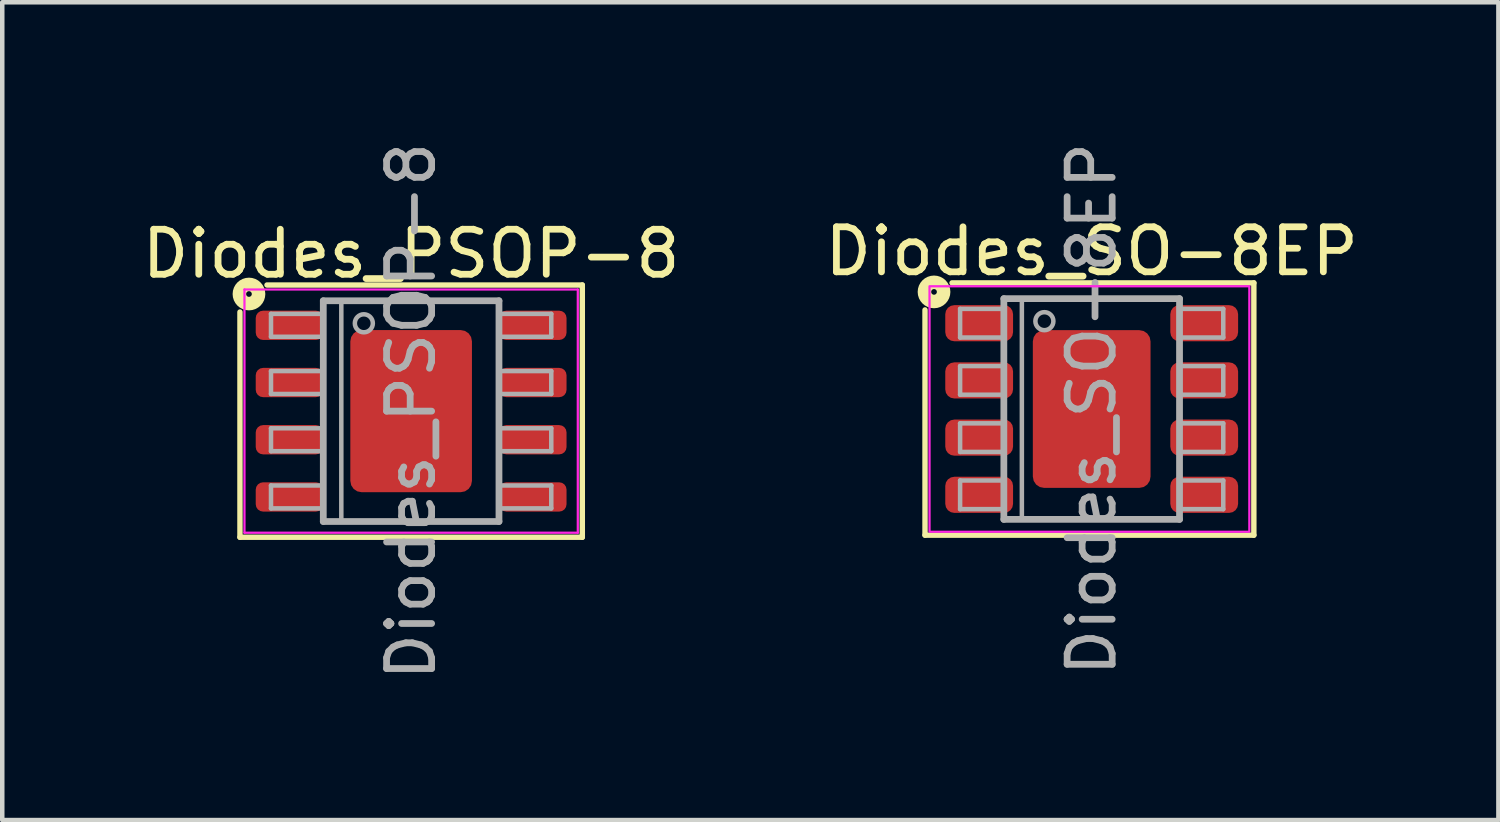
<source format=kicad_pcb>
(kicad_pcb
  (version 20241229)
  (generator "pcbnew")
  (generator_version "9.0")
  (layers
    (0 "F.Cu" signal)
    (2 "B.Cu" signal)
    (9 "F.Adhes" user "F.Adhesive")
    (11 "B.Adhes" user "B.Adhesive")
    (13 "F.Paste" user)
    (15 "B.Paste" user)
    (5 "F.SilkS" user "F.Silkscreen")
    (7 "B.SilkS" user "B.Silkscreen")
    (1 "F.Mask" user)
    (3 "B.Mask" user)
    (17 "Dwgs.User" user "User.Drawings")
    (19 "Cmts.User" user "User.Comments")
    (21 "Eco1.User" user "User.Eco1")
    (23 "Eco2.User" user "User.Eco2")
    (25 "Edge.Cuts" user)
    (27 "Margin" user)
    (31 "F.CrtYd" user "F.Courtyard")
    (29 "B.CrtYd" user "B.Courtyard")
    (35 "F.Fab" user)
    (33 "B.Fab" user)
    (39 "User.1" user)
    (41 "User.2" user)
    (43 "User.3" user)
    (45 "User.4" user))
  (footprint "Diodes_PSOP-8"
    (layer "F.Cu")
    (at 6.077 6.077)
    (property "Reference" "Diodes_PSOP-8" (at 0 -3.493 0) (layer "F.SilkS") (effects (font (size 1 1) (thickness 0.15))))
    (attr smd)
    (fp_line (start -3.8 -2.2) (end -3.8 2.8) (stroke (width 0.12) (type solid)) (layer "F.SilkS"))
    (fp_line (start -3.8 2.8) (end 3.8 2.8) (stroke (width 0.12) (type solid)) (layer "F.SilkS"))
    (fp_line (start 3.8 -2.8) (end -3.2 -2.8) (stroke (width 0.12) (type solid)) (layer "F.SilkS"))
    (fp_line (start 3.8 2.8) (end 3.8 -2.8) (stroke (width 0.12) (type solid)) (layer "F.SilkS"))
    (fp_circle (center -3.6 -2.6) (end -3.537 -2.6) (stroke (width 0.3) (type solid)) (fill no) (layer "F.SilkS"))
    (fp_line (start -3.7 -2.7) (end -3.7 2.7) (stroke (width 0.05) (type solid)) (layer "F.CrtYd"))
    (fp_line (start -3.7 -2.7) (end 3.7 -2.7) (stroke (width 0.05) (type solid)) (layer "F.CrtYd"))
    (fp_line (start -3.7 2.7) (end 3.7 2.7) (stroke (width 0.05) (type solid)) (layer "F.CrtYd"))
    (fp_line (start 3.7 -2.7) (end 3.7 2.7) (stroke (width 0.05) (type solid)) (layer "F.CrtYd"))
    (fp_line (start -3.111 -2.159) (end -3.111 -1.651) (stroke (width 0.1) (type solid)) (layer "F.Fab"))
    (fp_line (start -3.111 -2.159) (end -1.968 -2.159) (stroke (width 0.1) (type solid)) (layer "F.Fab"))
    (fp_line (start -3.111 -1.651) (end -1.968 -1.651) (stroke (width 0.1) (type solid)) (layer "F.Fab"))
    (fp_line (start -3.111 -0.889) (end -3.111 -0.381) (stroke (width 0.1) (type solid)) (layer "F.Fab"))
    (fp_line (start -3.111 -0.889) (end -1.968 -0.889) (stroke (width 0.1) (type solid)) (layer "F.Fab"))
    (fp_line (start -3.111 -0.381) (end -1.968 -0.381) (stroke (width 0.1) (type solid)) (layer "F.Fab"))
    (fp_line (start -3.111 0.381) (end -3.111 0.889) (stroke (width 0.1) (type solid)) (layer "F.Fab"))
    (fp_line (start -3.111 0.381) (end -1.968 0.381) (stroke (width 0.1) (type solid)) (layer "F.Fab"))
    (fp_line (start -3.111 0.889) (end -1.968 0.889) (stroke (width 0.1) (type solid)) (layer "F.Fab"))
    (fp_line (start -3.111 1.651) (end -3.111 2.159) (stroke (width 0.1) (type solid)) (layer "F.Fab"))
    (fp_line (start -3.111 1.651) (end -1.968 1.651) (stroke (width 0.1) (type solid)) (layer "F.Fab"))
    (fp_line (start -3.111 2.159) (end -1.968 2.159) (stroke (width 0.1) (type solid)) (layer "F.Fab"))
    (fp_line (start -1.95 -2.45) (end 1.95 -2.45) (stroke (width 0.15) (type solid)) (layer "F.Fab"))
    (fp_line (start -1.95 2.45) (end -1.95 -2.45) (stroke (width 0.15) (type solid)) (layer "F.Fab"))
    (fp_line (start -1.55 -2.45) (end -1.55 2.45) (stroke (width 0.1) (type solid)) (layer "F.Fab"))
    (fp_line (start 1.95 -2.45) (end 1.95 2.45) (stroke (width 0.15) (type solid)) (layer "F.Fab"))
    (fp_line (start 1.95 2.45) (end -1.95 2.45) (stroke (width 0.15) (type solid)) (layer "F.Fab"))
    (fp_line (start 3.111 -2.159) (end 1.968 -2.159) (stroke (width 0.1) (type solid)) (layer "F.Fab"))
    (fp_line (start 3.111 -1.651) (end 1.968 -1.651) (stroke (width 0.1) (type solid)) (layer "F.Fab"))
    (fp_line (start 3.111 -1.651) (end 3.111 -2.159) (stroke (width 0.1) (type solid)) (layer "F.Fab"))
    (fp_line (start 3.111 -0.889) (end 1.968 -0.889) (stroke (width 0.1) (type solid)) (layer "F.Fab"))
    (fp_line (start 3.111 -0.381) (end 1.968 -0.381) (stroke (width 0.1) (type solid)) (layer "F.Fab"))
    (fp_line (start 3.111 -0.381) (end 3.111 -0.889) (stroke (width 0.1) (type solid)) (layer "F.Fab"))
    (fp_line (start 3.111 0.381) (end 1.968 0.381) (stroke (width 0.1) (type solid)) (layer "F.Fab"))
    (fp_line (start 3.111 0.889) (end 1.968 0.889) (stroke (width 0.1) (type solid)) (layer "F.Fab"))
    (fp_line (start 3.111 0.889) (end 3.111 0.381) (stroke (width 0.1) (type solid)) (layer "F.Fab"))
    (fp_line (start 3.111 1.651) (end 1.968 1.651) (stroke (width 0.1) (type solid)) (layer "F.Fab"))
    (fp_line (start 3.111 2.159) (end 1.968 2.159) (stroke (width 0.1) (type solid)) (layer "F.Fab"))
    (fp_line (start 3.111 2.159) (end 3.111 1.651) (stroke (width 0.1) (type solid)) (layer "F.Fab"))
    (fp_circle (center -1.05 -1.95) (end -0.85 -1.95) (stroke (width 0.1) (type solid)) (fill no) (layer "F.Fab"))
    (fp_text user "${REFERENCE}" (at 0 0 90) (layer "F.Fab") (effects (font (size 1 1) (thickness 0.15))))
    (pad "" smd roundrect (at -0.7 -0.9 90) (size 1.5 1.05) (layers "F.Paste") (roundrect_rratio 0.093))
    (pad "" smd roundrect (at -0.7 0.9 90) (size 1.5 1.05) (layers "F.Paste") (roundrect_rratio 0.093))
    (pad "" smd roundrect (at 0.7 -0.9 90) (size 1.5 1.05) (layers "F.Paste") (roundrect_rratio 0.093))
    (pad "" smd roundrect (at 0.7 0.9 90) (size 1.5 1.05) (layers "F.Paste") (roundrect_rratio 0.093))
    (pad "1" smd roundrect (at -2.7 -1.905) (size 1.5 0.65) (layers "F.Cu" "F.Mask" "F.Paste") (roundrect_rratio 0.25))
    (pad "2" smd roundrect (at -2.7 -0.635) (size 1.5 0.65) (layers "F.Cu" "F.Mask" "F.Paste") (roundrect_rratio 0.25))
    (pad "3" smd roundrect (at -2.7 0.635) (size 1.5 0.65) (layers "F.Cu" "F.Mask" "F.Paste") (roundrect_rratio 0.25))
    (pad "4" smd roundrect (at -2.7 1.905) (size 1.5 0.65) (layers "F.Cu" "F.Mask" "F.Paste") (roundrect_rratio 0.25))
    (pad "5" smd roundrect (at 2.7 1.905) (size 1.5 0.65) (layers "F.Cu" "F.Mask" "F.Paste") (roundrect_rratio 0.25))
    (pad "6" smd roundrect (at 2.7 0.635) (size 1.5 0.65) (layers "F.Cu" "F.Mask" "F.Paste") (roundrect_rratio 0.25))
    (pad "7" smd roundrect (at 2.7 -0.635) (size 1.5 0.65) (layers "F.Cu" "F.Mask" "F.Paste") (roundrect_rratio 0.25))
    (pad "8" smd roundrect (at 2.7 -1.905) (size 1.5 0.65) (layers "F.Cu" "F.Mask" "F.Paste") (roundrect_rratio 0.25))
    (pad "9" smd roundrect (at 0 0 90) (size 3.6 2.7) (layers "F.Cu" "F.Mask") (roundrect_rratio 0.093)))
  (footprint "Diodes_SO-8EP"
    (layer "F.Cu")
    (at 21.185 6.03)
    (property "Reference" "Diodes_SO-8EP" (at 0 -3.5 0) (layer "F.SilkS") (effects (font (size 1 1) (thickness 0.15))))
    (attr smd)
    (fp_line (start -3.7 2.8) (end -3.7 -2.2) (stroke (width 0.12) (type solid)) (layer "F.SilkS"))
    (fp_line (start -3.1 -2.8) (end 3.6 -2.8) (stroke (width 0.12) (type solid)) (layer "F.SilkS"))
    (fp_line (start 3.6 -2.8) (end 3.6 2.8) (stroke (width 0.12) (type solid)) (layer "F.SilkS"))
    (fp_line (start 3.6 2.8) (end -3.7 2.8) (stroke (width 0.12) (type solid)) (layer "F.SilkS"))
    (fp_circle (center -3.5 -2.6) (end -3.437 -2.6) (stroke (width 0.3) (type solid)) (fill no) (layer "F.SilkS"))
    (fp_rect (start -3.6 -2.725) (end 3.5 2.725) (stroke (width 0.05) (type solid)) (fill no) (layer "F.CrtYd"))
    (fp_line (start -2.921 -2.223) (end -2.921 -1.587) (stroke (width 0.1) (type solid)) (layer "F.Fab"))
    (fp_line (start -2.921 -2.223) (end -1.968 -2.223) (stroke (width 0.1) (type solid)) (layer "F.Fab"))
    (fp_line (start -2.921 -1.587) (end -1.968 -1.587) (stroke (width 0.1) (type solid)) (layer "F.Fab"))
    (fp_line (start -2.921 -0.953) (end -2.921 -0.318) (stroke (width 0.1) (type solid)) (layer "F.Fab"))
    (fp_line (start -2.921 -0.953) (end -1.968 -0.953) (stroke (width 0.1) (type solid)) (layer "F.Fab"))
    (fp_line (start -2.921 -0.318) (end -1.968 -0.318) (stroke (width 0.1) (type solid)) (layer "F.Fab"))
    (fp_line (start -2.921 0.318) (end -2.921 0.953) (stroke (width 0.1) (type solid)) (layer "F.Fab"))
    (fp_line (start -2.921 0.318) (end -1.968 0.318) (stroke (width 0.1) (type solid)) (layer "F.Fab"))
    (fp_line (start -2.921 0.953) (end -1.968 0.953) (stroke (width 0.1) (type solid)) (layer "F.Fab"))
    (fp_line (start -2.921 1.587) (end -2.921 2.223) (stroke (width 0.1) (type solid)) (layer "F.Fab"))
    (fp_line (start -2.921 1.587) (end -1.968 1.587) (stroke (width 0.1) (type solid)) (layer "F.Fab"))
    (fp_line (start -2.921 2.223) (end -1.968 2.223) (stroke (width 0.1) (type solid)) (layer "F.Fab"))
    (fp_line (start -1.95 -2.45) (end 1.95 -2.45) (stroke (width 0.15) (type solid)) (layer "F.Fab"))
    (fp_line (start -1.95 2.45) (end -1.95 -2.45) (stroke (width 0.15) (type solid)) (layer "F.Fab"))
    (fp_line (start -1.55 -2.45) (end -1.55 2.45) (stroke (width 0.1) (type solid)) (layer "F.Fab"))
    (fp_line (start 1.95 -2.45) (end 1.95 2.45) (stroke (width 0.15) (type solid)) (layer "F.Fab"))
    (fp_line (start 1.95 2.45) (end -1.95 2.45) (stroke (width 0.15) (type solid)) (layer "F.Fab"))
    (fp_line (start 2.921 -2.223) (end 1.968 -2.223) (stroke (width 0.1) (type solid)) (layer "F.Fab"))
    (fp_line (start 2.921 -1.587) (end 1.968 -1.587) (stroke (width 0.1) (type solid)) (layer "F.Fab"))
    (fp_line (start 2.921 -1.587) (end 2.921 -2.223) (stroke (width 0.1) (type solid)) (layer "F.Fab"))
    (fp_line (start 2.921 -0.953) (end 1.968 -0.953) (stroke (width 0.1) (type solid)) (layer "F.Fab"))
    (fp_line (start 2.921 -0.318) (end 1.968 -0.318) (stroke (width 0.1) (type solid)) (layer "F.Fab"))
    (fp_line (start 2.921 -0.318) (end 2.921 -0.953) (stroke (width 0.1) (type solid)) (layer "F.Fab"))
    (fp_line (start 2.921 0.318) (end 1.968 0.318) (stroke (width 0.1) (type solid)) (layer "F.Fab"))
    (fp_line (start 2.921 0.953) (end 1.968 0.953) (stroke (width 0.1) (type solid)) (layer "F.Fab"))
    (fp_line (start 2.921 0.953) (end 2.921 0.318) (stroke (width 0.1) (type solid)) (layer "F.Fab"))
    (fp_line (start 2.921 1.587) (end 1.968 1.587) (stroke (width 0.1) (type solid)) (layer "F.Fab"))
    (fp_line (start 2.921 2.223) (end 1.968 2.223) (stroke (width 0.1) (type solid)) (layer "F.Fab"))
    (fp_line (start 2.921 2.223) (end 2.921 1.587) (stroke (width 0.1) (type solid)) (layer "F.Fab"))
    (fp_circle (center -1.05 -1.95) (end -0.85 -1.95) (stroke (width 0.1) (type solid)) (fill no) (layer "F.Fab"))
    (fp_text user "${REFERENCE}" (at 0 0 90) (layer "F.Fab") (effects (font (size 1 1) (thickness 0.15))))
    (pad "" smd roundrect (at -0.7 -0.9) (size 1 1.4) (layers "F.Paste") (roundrect_rratio 0.25))
    (pad "" smd roundrect (at -0.7 0.9) (size 1 1.4) (layers "F.Paste") (roundrect_rratio 0.25))
    (pad "" smd roundrect (at 0.7 -0.9) (size 1 1.4) (layers "F.Paste") (roundrect_rratio 0.25))
    (pad "" smd roundrect (at 0.7 0.9) (size 1 1.4) (layers "F.Paste") (roundrect_rratio 0.25))
    (pad "1" smd roundrect (at -2.498 -1.905) (size 1.505 0.802) (layers "F.Cu" "F.Mask" "F.Paste") (roundrect_rratio 0.25))
    (pad "2" smd roundrect (at -2.498 -0.635) (size 1.505 0.802) (layers "F.Cu" "F.Mask" "F.Paste") (roundrect_rratio 0.25))
    (pad "3" smd roundrect (at -2.498 0.635) (size 1.505 0.802) (layers "F.Cu" "F.Mask" "F.Paste") (roundrect_rratio 0.25))
    (pad "4" smd roundrect (at -2.498 1.905) (size 1.505 0.802) (layers "F.Cu" "F.Mask" "F.Paste") (roundrect_rratio 0.25))
    (pad "5" smd roundrect (at 2.498 1.905) (size 1.505 0.802) (layers "F.Cu" "F.Mask" "F.Paste") (roundrect_rratio 0.25))
    (pad "6" smd roundrect (at 2.498 0.635) (size 1.505 0.802) (layers "F.Cu" "F.Mask" "F.Paste") (roundrect_rratio 0.25))
    (pad "7" smd roundrect (at 2.498 -0.635) (size 1.505 0.802) (layers "F.Cu" "F.Mask" "F.Paste") (roundrect_rratio 0.25))
    (pad "8" smd roundrect (at 2.498 -1.905) (size 1.505 0.802) (layers "F.Cu" "F.Mask" "F.Paste") (roundrect_rratio 0.25))
    (pad "9" smd roundrect (at 0 0) (size 2.613 3.502) (layers "F.Cu" "F.Mask") (roundrect_rratio 0.096)))
  (gr_rect
    (start -3 -3)
    (end 30.214 15.155)
    (stroke (width 0.1) (type default))
    (fill no)
    (layer "Edge.Cuts")))
</source>
